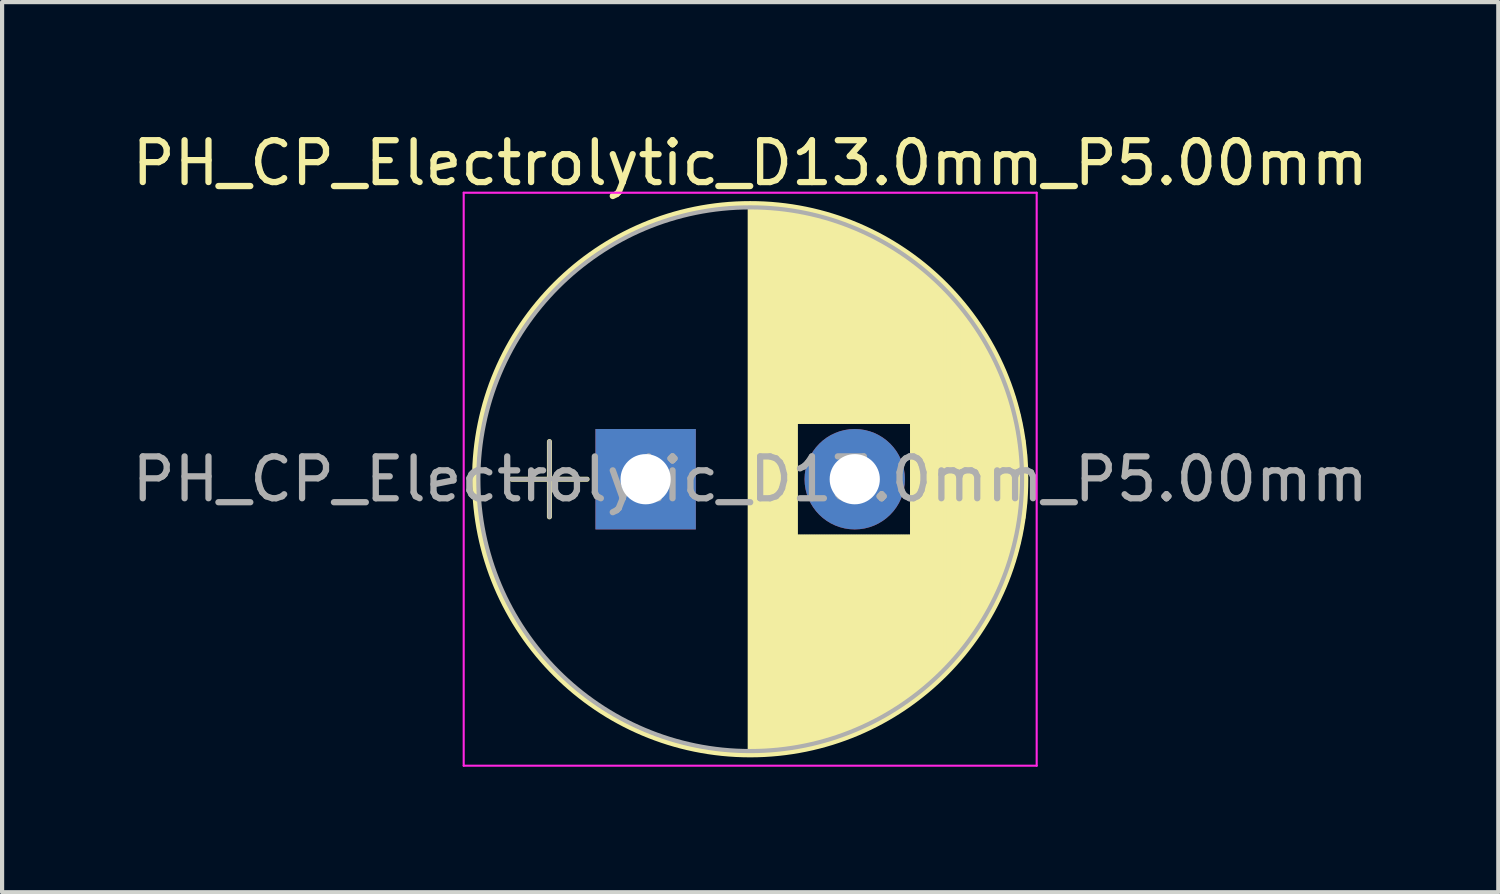
<source format=kicad_pcb>
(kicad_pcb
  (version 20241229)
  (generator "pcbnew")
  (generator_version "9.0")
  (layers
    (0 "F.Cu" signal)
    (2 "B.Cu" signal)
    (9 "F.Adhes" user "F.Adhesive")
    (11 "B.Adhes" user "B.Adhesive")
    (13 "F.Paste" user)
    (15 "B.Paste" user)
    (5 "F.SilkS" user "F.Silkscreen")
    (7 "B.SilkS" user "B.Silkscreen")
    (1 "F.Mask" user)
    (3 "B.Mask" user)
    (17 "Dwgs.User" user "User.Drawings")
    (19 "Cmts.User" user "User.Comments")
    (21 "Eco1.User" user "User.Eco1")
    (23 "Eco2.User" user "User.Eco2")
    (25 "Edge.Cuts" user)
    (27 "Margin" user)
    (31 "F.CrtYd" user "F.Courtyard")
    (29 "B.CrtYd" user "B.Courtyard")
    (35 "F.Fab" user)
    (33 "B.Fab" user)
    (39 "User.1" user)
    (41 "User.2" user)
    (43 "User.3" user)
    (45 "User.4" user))
  (footprint "PH_CP_Electrolytic_D13.0mm_P5.00mm"
    (layer "F.Cu")
    (at 12.387 8.408)
    (property "Reference" "PH_CP_Electrolytic_D13.0mm_P5.00mm" (at 2.5 -7.56 0) (layer "F.SilkS") (effects (font (size 1 1) (thickness 0.15))))
    (attr through_hole)
    (fp_line (start -3.2 0) (end -1.4 0) (stroke (width 0.12) (type solid)) (layer "F.SilkS"))
    (fp_line (start -2.3 -0.9) (end -2.3 0.9) (stroke (width 0.12) (type solid)) (layer "F.SilkS"))
    (fp_line (start 2.5 -6.55) (end 2.5 6.55) (stroke (width 0.12) (type solid)) (layer "F.SilkS"))
    (fp_line (start 2.54 -6.55) (end 2.54 6.55) (stroke (width 0.12) (type solid)) (layer "F.SilkS"))
    (fp_line (start 2.58 -6.55) (end 2.58 6.55) (stroke (width 0.12) (type solid)) (layer "F.SilkS"))
    (fp_line (start 2.62 -6.549) (end 2.62 6.549) (stroke (width 0.12) (type solid)) (layer "F.SilkS"))
    (fp_line (start 2.66 -6.549) (end 2.66 6.549) (stroke (width 0.12) (type solid)) (layer "F.SilkS"))
    (fp_line (start 2.7 -6.547) (end 2.7 6.547) (stroke (width 0.12) (type solid)) (layer "F.SilkS"))
    (fp_line (start 2.74 -6.546) (end 2.74 6.546) (stroke (width 0.12) (type solid)) (layer "F.SilkS"))
    (fp_line (start 2.78 -6.545) (end 2.78 6.545) (stroke (width 0.12) (type solid)) (layer "F.SilkS"))
    (fp_line (start 2.82 -6.543) (end 2.82 6.543) (stroke (width 0.12) (type solid)) (layer "F.SilkS"))
    (fp_line (start 2.86 -6.541) (end 2.86 6.541) (stroke (width 0.12) (type solid)) (layer "F.SilkS"))
    (fp_line (start 2.9 -6.538) (end 2.9 6.538) (stroke (width 0.12) (type solid)) (layer "F.SilkS"))
    (fp_line (start 2.94 -6.536) (end 2.94 6.536) (stroke (width 0.12) (type solid)) (layer "F.SilkS"))
    (fp_line (start 2.98 -6.533) (end 2.98 6.533) (stroke (width 0.12) (type solid)) (layer "F.SilkS"))
    (fp_line (start 3.02 -6.53) (end 3.02 6.53) (stroke (width 0.12) (type solid)) (layer "F.SilkS"))
    (fp_line (start 3.06 -6.527) (end 3.06 6.527) (stroke (width 0.12) (type solid)) (layer "F.SilkS"))
    (fp_line (start 3.1 -6.523) (end 3.1 6.523) (stroke (width 0.12) (type solid)) (layer "F.SilkS"))
    (fp_line (start 3.14 -6.519) (end 3.14 6.519) (stroke (width 0.12) (type solid)) (layer "F.SilkS"))
    (fp_line (start 3.18 -6.515) (end 3.18 6.515) (stroke (width 0.12) (type solid)) (layer "F.SilkS"))
    (fp_line (start 3.221 -6.511) (end 3.221 6.511) (stroke (width 0.12) (type solid)) (layer "F.SilkS"))
    (fp_line (start 3.261 -6.507) (end 3.261 6.507) (stroke (width 0.12) (type solid)) (layer "F.SilkS"))
    (fp_line (start 3.301 -6.502) (end 3.301 6.502) (stroke (width 0.12) (type solid)) (layer "F.SilkS"))
    (fp_line (start 3.341 -6.497) (end 3.341 6.497) (stroke (width 0.12) (type solid)) (layer "F.SilkS"))
    (fp_line (start 3.381 -6.491) (end 3.381 6.491) (stroke (width 0.12) (type solid)) (layer "F.SilkS"))
    (fp_line (start 3.421 -6.486) (end 3.421 6.486) (stroke (width 0.12) (type solid)) (layer "F.SilkS"))
    (fp_line (start 3.461 -6.48) (end 3.461 6.48) (stroke (width 0.12) (type solid)) (layer "F.SilkS"))
    (fp_line (start 3.501 -6.474) (end 3.501 6.474) (stroke (width 0.12) (type solid)) (layer "F.SilkS"))
    (fp_line (start 3.541 -6.468) (end 3.541 6.468) (stroke (width 0.12) (type solid)) (layer "F.SilkS"))
    (fp_line (start 3.581 -6.461) (end 3.581 6.461) (stroke (width 0.12) (type solid)) (layer "F.SilkS"))
    (fp_line (start 3.621 -6.455) (end 3.621 -1.38) (stroke (width 0.12) (type solid)) (layer "F.SilkS"))
    (fp_line (start 3.621 1.38) (end 3.621 6.455) (stroke (width 0.12) (type solid)) (layer "F.SilkS"))
    (fp_line (start 3.661 -6.448) (end 3.661 -1.38) (stroke (width 0.12) (type solid)) (layer "F.SilkS"))
    (fp_line (start 3.661 1.38) (end 3.661 6.448) (stroke (width 0.12) (type solid)) (layer "F.SilkS"))
    (fp_line (start 3.701 -6.44) (end 3.701 -1.38) (stroke (width 0.12) (type solid)) (layer "F.SilkS"))
    (fp_line (start 3.701 1.38) (end 3.701 6.44) (stroke (width 0.12) (type solid)) (layer "F.SilkS"))
    (fp_line (start 3.741 -6.433) (end 3.741 -1.38) (stroke (width 0.12) (type solid)) (layer "F.SilkS"))
    (fp_line (start 3.741 1.38) (end 3.741 6.433) (stroke (width 0.12) (type solid)) (layer "F.SilkS"))
    (fp_line (start 3.781 -6.425) (end 3.781 -1.38) (stroke (width 0.12) (type solid)) (layer "F.SilkS"))
    (fp_line (start 3.781 1.38) (end 3.781 6.425) (stroke (width 0.12) (type solid)) (layer "F.SilkS"))
    (fp_line (start 3.821 -6.417) (end 3.821 -1.38) (stroke (width 0.12) (type solid)) (layer "F.SilkS"))
    (fp_line (start 3.821 1.38) (end 3.821 6.417) (stroke (width 0.12) (type solid)) (layer "F.SilkS"))
    (fp_line (start 3.861 -6.409) (end 3.861 -1.38) (stroke (width 0.12) (type solid)) (layer "F.SilkS"))
    (fp_line (start 3.861 1.38) (end 3.861 6.409) (stroke (width 0.12) (type solid)) (layer "F.SilkS"))
    (fp_line (start 3.901 -6.4) (end 3.901 -1.38) (stroke (width 0.12) (type solid)) (layer "F.SilkS"))
    (fp_line (start 3.901 1.38) (end 3.901 6.4) (stroke (width 0.12) (type solid)) (layer "F.SilkS"))
    (fp_line (start 3.941 -6.391) (end 3.941 -1.38) (stroke (width 0.12) (type solid)) (layer "F.SilkS"))
    (fp_line (start 3.941 1.38) (end 3.941 6.391) (stroke (width 0.12) (type solid)) (layer "F.SilkS"))
    (fp_line (start 3.981 -6.382) (end 3.981 -1.38) (stroke (width 0.12) (type solid)) (layer "F.SilkS"))
    (fp_line (start 3.981 1.38) (end 3.981 6.382) (stroke (width 0.12) (type solid)) (layer "F.SilkS"))
    (fp_line (start 4.021 -6.373) (end 4.021 -1.38) (stroke (width 0.12) (type solid)) (layer "F.SilkS"))
    (fp_line (start 4.021 1.38) (end 4.021 6.373) (stroke (width 0.12) (type solid)) (layer "F.SilkS"))
    (fp_line (start 4.061 -6.363) (end 4.061 -1.38) (stroke (width 0.12) (type solid)) (layer "F.SilkS"))
    (fp_line (start 4.061 1.38) (end 4.061 6.363) (stroke (width 0.12) (type solid)) (layer "F.SilkS"))
    (fp_line (start 4.101 -6.353) (end 4.101 -1.38) (stroke (width 0.12) (type solid)) (layer "F.SilkS"))
    (fp_line (start 4.101 1.38) (end 4.101 6.353) (stroke (width 0.12) (type solid)) (layer "F.SilkS"))
    (fp_line (start 4.141 -6.343) (end 4.141 -1.38) (stroke (width 0.12) (type solid)) (layer "F.SilkS"))
    (fp_line (start 4.141 1.38) (end 4.141 6.343) (stroke (width 0.12) (type solid)) (layer "F.SilkS"))
    (fp_line (start 4.181 -6.333) (end 4.181 -1.38) (stroke (width 0.12) (type solid)) (layer "F.SilkS"))
    (fp_line (start 4.181 1.38) (end 4.181 6.333) (stroke (width 0.12) (type solid)) (layer "F.SilkS"))
    (fp_line (start 4.221 -6.322) (end 4.221 -1.38) (stroke (width 0.12) (type solid)) (layer "F.SilkS"))
    (fp_line (start 4.221 1.38) (end 4.221 6.322) (stroke (width 0.12) (type solid)) (layer "F.SilkS"))
    (fp_line (start 4.261 -6.311) (end 4.261 -1.38) (stroke (width 0.12) (type solid)) (layer "F.SilkS"))
    (fp_line (start 4.261 1.38) (end 4.261 6.311) (stroke (width 0.12) (type solid)) (layer "F.SilkS"))
    (fp_line (start 4.301 -6.3) (end 4.301 -1.38) (stroke (width 0.12) (type solid)) (layer "F.SilkS"))
    (fp_line (start 4.301 1.38) (end 4.301 6.3) (stroke (width 0.12) (type solid)) (layer "F.SilkS"))
    (fp_line (start 4.341 -6.288) (end 4.341 -1.38) (stroke (width 0.12) (type solid)) (layer "F.SilkS"))
    (fp_line (start 4.341 1.38) (end 4.341 6.288) (stroke (width 0.12) (type solid)) (layer "F.SilkS"))
    (fp_line (start 4.381 -6.277) (end 4.381 -1.38) (stroke (width 0.12) (type solid)) (layer "F.SilkS"))
    (fp_line (start 4.381 1.38) (end 4.381 6.277) (stroke (width 0.12) (type solid)) (layer "F.SilkS"))
    (fp_line (start 4.421 -6.265) (end 4.421 -1.38) (stroke (width 0.12) (type solid)) (layer "F.SilkS"))
    (fp_line (start 4.421 1.38) (end 4.421 6.265) (stroke (width 0.12) (type solid)) (layer "F.SilkS"))
    (fp_line (start 4.461 -6.252) (end 4.461 -1.38) (stroke (width 0.12) (type solid)) (layer "F.SilkS"))
    (fp_line (start 4.461 1.38) (end 4.461 6.252) (stroke (width 0.12) (type solid)) (layer "F.SilkS"))
    (fp_line (start 4.501 -6.24) (end 4.501 -1.38) (stroke (width 0.12) (type solid)) (layer "F.SilkS"))
    (fp_line (start 4.501 1.38) (end 4.501 6.24) (stroke (width 0.12) (type solid)) (layer "F.SilkS"))
    (fp_line (start 4.541 -6.227) (end 4.541 -1.38) (stroke (width 0.12) (type solid)) (layer "F.SilkS"))
    (fp_line (start 4.541 1.38) (end 4.541 6.227) (stroke (width 0.12) (type solid)) (layer "F.SilkS"))
    (fp_line (start 4.581 -6.214) (end 4.581 -1.38) (stroke (width 0.12) (type solid)) (layer "F.SilkS"))
    (fp_line (start 4.581 1.38) (end 4.581 6.214) (stroke (width 0.12) (type solid)) (layer "F.SilkS"))
    (fp_line (start 4.621 -6.2) (end 4.621 -1.38) (stroke (width 0.12) (type solid)) (layer "F.SilkS"))
    (fp_line (start 4.621 1.38) (end 4.621 6.2) (stroke (width 0.12) (type solid)) (layer "F.SilkS"))
    (fp_line (start 4.661 -6.186) (end 4.661 -1.38) (stroke (width 0.12) (type solid)) (layer "F.SilkS"))
    (fp_line (start 4.661 1.38) (end 4.661 6.186) (stroke (width 0.12) (type solid)) (layer "F.SilkS"))
    (fp_line (start 4.701 -6.172) (end 4.701 -1.38) (stroke (width 0.12) (type solid)) (layer "F.SilkS"))
    (fp_line (start 4.701 1.38) (end 4.701 6.172) (stroke (width 0.12) (type solid)) (layer "F.SilkS"))
    (fp_line (start 4.741 -6.158) (end 4.741 -1.38) (stroke (width 0.12) (type solid)) (layer "F.SilkS"))
    (fp_line (start 4.741 1.38) (end 4.741 6.158) (stroke (width 0.12) (type solid)) (layer "F.SilkS"))
    (fp_line (start 4.781 -6.144) (end 4.781 -1.38) (stroke (width 0.12) (type solid)) (layer "F.SilkS"))
    (fp_line (start 4.781 1.38) (end 4.781 6.144) (stroke (width 0.12) (type solid)) (layer "F.SilkS"))
    (fp_line (start 4.821 -6.129) (end 4.821 -1.38) (stroke (width 0.12) (type solid)) (layer "F.SilkS"))
    (fp_line (start 4.821 1.38) (end 4.821 6.129) (stroke (width 0.12) (type solid)) (layer "F.SilkS"))
    (fp_line (start 4.861 -6.113) (end 4.861 -1.38) (stroke (width 0.12) (type solid)) (layer "F.SilkS"))
    (fp_line (start 4.861 1.38) (end 4.861 6.113) (stroke (width 0.12) (type solid)) (layer "F.SilkS"))
    (fp_line (start 4.901 -6.098) (end 4.901 -1.38) (stroke (width 0.12) (type solid)) (layer "F.SilkS"))
    (fp_line (start 4.901 1.38) (end 4.901 6.098) (stroke (width 0.12) (type solid)) (layer "F.SilkS"))
    (fp_line (start 4.941 -6.082) (end 4.941 -1.38) (stroke (width 0.12) (type solid)) (layer "F.SilkS"))
    (fp_line (start 4.941 1.38) (end 4.941 6.082) (stroke (width 0.12) (type solid)) (layer "F.SilkS"))
    (fp_line (start 4.981 -6.066) (end 4.981 -1.38) (stroke (width 0.12) (type solid)) (layer "F.SilkS"))
    (fp_line (start 4.981 1.38) (end 4.981 6.066) (stroke (width 0.12) (type solid)) (layer "F.SilkS"))
    (fp_line (start 5.021 -6.05) (end 5.021 -1.38) (stroke (width 0.12) (type solid)) (layer "F.SilkS"))
    (fp_line (start 5.021 1.38) (end 5.021 6.05) (stroke (width 0.12) (type solid)) (layer "F.SilkS"))
    (fp_line (start 5.061 -6.033) (end 5.061 -1.38) (stroke (width 0.12) (type solid)) (layer "F.SilkS"))
    (fp_line (start 5.061 1.38) (end 5.061 6.033) (stroke (width 0.12) (type solid)) (layer "F.SilkS"))
    (fp_line (start 5.101 -6.016) (end 5.101 -1.38) (stroke (width 0.12) (type solid)) (layer "F.SilkS"))
    (fp_line (start 5.101 1.38) (end 5.101 6.016) (stroke (width 0.12) (type solid)) (layer "F.SilkS"))
    (fp_line (start 5.141 -5.999) (end 5.141 -1.38) (stroke (width 0.12) (type solid)) (layer "F.SilkS"))
    (fp_line (start 5.141 1.38) (end 5.141 5.999) (stroke (width 0.12) (type solid)) (layer "F.SilkS"))
    (fp_line (start 5.181 -5.981) (end 5.181 -1.38) (stroke (width 0.12) (type solid)) (layer "F.SilkS"))
    (fp_line (start 5.181 1.38) (end 5.181 5.981) (stroke (width 0.12) (type solid)) (layer "F.SilkS"))
    (fp_line (start 5.221 -5.963) (end 5.221 -1.38) (stroke (width 0.12) (type solid)) (layer "F.SilkS"))
    (fp_line (start 5.221 1.38) (end 5.221 5.963) (stroke (width 0.12) (type solid)) (layer "F.SilkS"))
    (fp_line (start 5.261 -5.945) (end 5.261 -1.38) (stroke (width 0.12) (type solid)) (layer "F.SilkS"))
    (fp_line (start 5.261 1.38) (end 5.261 5.945) (stroke (width 0.12) (type solid)) (layer "F.SilkS"))
    (fp_line (start 5.301 -5.926) (end 5.301 -1.38) (stroke (width 0.12) (type solid)) (layer "F.SilkS"))
    (fp_line (start 5.301 1.38) (end 5.301 5.926) (stroke (width 0.12) (type solid)) (layer "F.SilkS"))
    (fp_line (start 5.341 -5.907) (end 5.341 -1.38) (stroke (width 0.12) (type solid)) (layer "F.SilkS"))
    (fp_line (start 5.341 1.38) (end 5.341 5.907) (stroke (width 0.12) (type solid)) (layer "F.SilkS"))
    (fp_line (start 5.381 -5.888) (end 5.381 -1.38) (stroke (width 0.12) (type solid)) (layer "F.SilkS"))
    (fp_line (start 5.381 1.38) (end 5.381 5.888) (stroke (width 0.12) (type solid)) (layer "F.SilkS"))
    (fp_line (start 5.421 -5.868) (end 5.421 -1.38) (stroke (width 0.12) (type solid)) (layer "F.SilkS"))
    (fp_line (start 5.421 1.38) (end 5.421 5.868) (stroke (width 0.12) (type solid)) (layer "F.SilkS"))
    (fp_line (start 5.461 -5.848) (end 5.461 -1.38) (stroke (width 0.12) (type solid)) (layer "F.SilkS"))
    (fp_line (start 5.461 1.38) (end 5.461 5.848) (stroke (width 0.12) (type solid)) (layer "F.SilkS"))
    (fp_line (start 5.501 -5.828) (end 5.501 -1.38) (stroke (width 0.12) (type solid)) (layer "F.SilkS"))
    (fp_line (start 5.501 1.38) (end 5.501 5.828) (stroke (width 0.12) (type solid)) (layer "F.SilkS"))
    (fp_line (start 5.541 -5.807) (end 5.541 -1.38) (stroke (width 0.12) (type solid)) (layer "F.SilkS"))
    (fp_line (start 5.541 1.38) (end 5.541 5.807) (stroke (width 0.12) (type solid)) (layer "F.SilkS"))
    (fp_line (start 5.581 -5.786) (end 5.581 -1.38) (stroke (width 0.12) (type solid)) (layer "F.SilkS"))
    (fp_line (start 5.581 1.38) (end 5.581 5.786) (stroke (width 0.12) (type solid)) (layer "F.SilkS"))
    (fp_line (start 5.621 -5.765) (end 5.621 -1.38) (stroke (width 0.12) (type solid)) (layer "F.SilkS"))
    (fp_line (start 5.621 1.38) (end 5.621 5.765) (stroke (width 0.12) (type solid)) (layer "F.SilkS"))
    (fp_line (start 5.661 -5.743) (end 5.661 -1.38) (stroke (width 0.12) (type solid)) (layer "F.SilkS"))
    (fp_line (start 5.661 1.38) (end 5.661 5.743) (stroke (width 0.12) (type solid)) (layer "F.SilkS"))
    (fp_line (start 5.701 -5.721) (end 5.701 -1.38) (stroke (width 0.12) (type solid)) (layer "F.SilkS"))
    (fp_line (start 5.701 1.38) (end 5.701 5.721) (stroke (width 0.12) (type solid)) (layer "F.SilkS"))
    (fp_line (start 5.741 -5.699) (end 5.741 -1.38) (stroke (width 0.12) (type solid)) (layer "F.SilkS"))
    (fp_line (start 5.741 1.38) (end 5.741 5.699) (stroke (width 0.12) (type solid)) (layer "F.SilkS"))
    (fp_line (start 5.781 -5.676) (end 5.781 -1.38) (stroke (width 0.12) (type solid)) (layer "F.SilkS"))
    (fp_line (start 5.781 1.38) (end 5.781 5.676) (stroke (width 0.12) (type solid)) (layer "F.SilkS"))
    (fp_line (start 5.821 -5.653) (end 5.821 -1.38) (stroke (width 0.12) (type solid)) (layer "F.SilkS"))
    (fp_line (start 5.821 1.38) (end 5.821 5.653) (stroke (width 0.12) (type solid)) (layer "F.SilkS"))
    (fp_line (start 5.861 -5.63) (end 5.861 -1.38) (stroke (width 0.12) (type solid)) (layer "F.SilkS"))
    (fp_line (start 5.861 1.38) (end 5.861 5.63) (stroke (width 0.12) (type solid)) (layer "F.SilkS"))
    (fp_line (start 5.901 -5.606) (end 5.901 -1.38) (stroke (width 0.12) (type solid)) (layer "F.SilkS"))
    (fp_line (start 5.901 1.38) (end 5.901 5.606) (stroke (width 0.12) (type solid)) (layer "F.SilkS"))
    (fp_line (start 5.941 -5.581) (end 5.941 -1.38) (stroke (width 0.12) (type solid)) (layer "F.SilkS"))
    (fp_line (start 5.941 1.38) (end 5.941 5.581) (stroke (width 0.12) (type solid)) (layer "F.SilkS"))
    (fp_line (start 5.981 -5.557) (end 5.981 -1.38) (stroke (width 0.12) (type solid)) (layer "F.SilkS"))
    (fp_line (start 5.981 1.38) (end 5.981 5.557) (stroke (width 0.12) (type solid)) (layer "F.SilkS"))
    (fp_line (start 6.021 -5.532) (end 6.021 -1.38) (stroke (width 0.12) (type solid)) (layer "F.SilkS"))
    (fp_line (start 6.021 1.38) (end 6.021 5.532) (stroke (width 0.12) (type solid)) (layer "F.SilkS"))
    (fp_line (start 6.061 -5.506) (end 6.061 -1.38) (stroke (width 0.12) (type solid)) (layer "F.SilkS"))
    (fp_line (start 6.061 1.38) (end 6.061 5.506) (stroke (width 0.12) (type solid)) (layer "F.SilkS"))
    (fp_line (start 6.101 -5.48) (end 6.101 -1.38) (stroke (width 0.12) (type solid)) (layer "F.SilkS"))
    (fp_line (start 6.101 1.38) (end 6.101 5.48) (stroke (width 0.12) (type solid)) (layer "F.SilkS"))
    (fp_line (start 6.141 -5.454) (end 6.141 -1.38) (stroke (width 0.12) (type solid)) (layer "F.SilkS"))
    (fp_line (start 6.141 1.38) (end 6.141 5.454) (stroke (width 0.12) (type solid)) (layer "F.SilkS"))
    (fp_line (start 6.181 -5.427) (end 6.181 -1.38) (stroke (width 0.12) (type solid)) (layer "F.SilkS"))
    (fp_line (start 6.181 1.38) (end 6.181 5.427) (stroke (width 0.12) (type solid)) (layer "F.SilkS"))
    (fp_line (start 6.221 -5.4) (end 6.221 -1.38) (stroke (width 0.12) (type solid)) (layer "F.SilkS"))
    (fp_line (start 6.221 1.38) (end 6.221 5.4) (stroke (width 0.12) (type solid)) (layer "F.SilkS"))
    (fp_line (start 6.261 -5.373) (end 6.261 -1.38) (stroke (width 0.12) (type solid)) (layer "F.SilkS"))
    (fp_line (start 6.261 1.38) (end 6.261 5.373) (stroke (width 0.12) (type solid)) (layer "F.SilkS"))
    (fp_line (start 6.301 -5.345) (end 6.301 -1.38) (stroke (width 0.12) (type solid)) (layer "F.SilkS"))
    (fp_line (start 6.301 1.38) (end 6.301 5.345) (stroke (width 0.12) (type solid)) (layer "F.SilkS"))
    (fp_line (start 6.341 -5.316) (end 6.341 -1.38) (stroke (width 0.12) (type solid)) (layer "F.SilkS"))
    (fp_line (start 6.341 1.38) (end 6.341 5.316) (stroke (width 0.12) (type solid)) (layer "F.SilkS"))
    (fp_line (start 6.381 -5.287) (end 6.381 5.287) (stroke (width 0.12) (type solid)) (layer "F.SilkS"))
    (fp_line (start 6.421 -5.258) (end 6.421 5.258) (stroke (width 0.12) (type solid)) (layer "F.SilkS"))
    (fp_line (start 6.461 -5.228) (end 6.461 5.228) (stroke (width 0.12) (type solid)) (layer "F.SilkS"))
    (fp_line (start 6.501 -5.198) (end 6.501 5.198) (stroke (width 0.12) (type solid)) (layer "F.SilkS"))
    (fp_line (start 6.541 -5.167) (end 6.541 5.167) (stroke (width 0.12) (type solid)) (layer "F.SilkS"))
    (fp_line (start 6.581 -5.136) (end 6.581 5.136) (stroke (width 0.12) (type solid)) (layer "F.SilkS"))
    (fp_line (start 6.621 -5.104) (end 6.621 5.104) (stroke (width 0.12) (type solid)) (layer "F.SilkS"))
    (fp_line (start 6.661 -5.072) (end 6.661 5.072) (stroke (width 0.12) (type solid)) (layer "F.SilkS"))
    (fp_line (start 6.701 -5.039) (end 6.701 5.039) (stroke (width 0.12) (type solid)) (layer "F.SilkS"))
    (fp_line (start 6.741 -5.005) (end 6.741 5.005) (stroke (width 0.12) (type solid)) (layer "F.SilkS"))
    (fp_line (start 6.781 -4.971) (end 6.781 4.971) (stroke (width 0.12) (type solid)) (layer "F.SilkS"))
    (fp_line (start 6.821 -4.937) (end 6.821 4.937) (stroke (width 0.12) (type solid)) (layer "F.SilkS"))
    (fp_line (start 6.861 -4.902) (end 6.861 4.902) (stroke (width 0.12) (type solid)) (layer "F.SilkS"))
    (fp_line (start 6.901 -4.866) (end 6.901 4.866) (stroke (width 0.12) (type solid)) (layer "F.SilkS"))
    (fp_line (start 6.941 -4.83) (end 6.941 4.83) (stroke (width 0.12) (type solid)) (layer "F.SilkS"))
    (fp_line (start 6.981 -4.793) (end 6.981 4.793) (stroke (width 0.12) (type solid)) (layer "F.SilkS"))
    (fp_line (start 7.021 -4.756) (end 7.021 4.756) (stroke (width 0.12) (type solid)) (layer "F.SilkS"))
    (fp_line (start 7.061 -4.718) (end 7.061 4.718) (stroke (width 0.12) (type solid)) (layer "F.SilkS"))
    (fp_line (start 7.101 -4.679) (end 7.101 4.679) (stroke (width 0.12) (type solid)) (layer "F.SilkS"))
    (fp_line (start 7.141 -4.64) (end 7.141 4.64) (stroke (width 0.12) (type solid)) (layer "F.SilkS"))
    (fp_line (start 7.181 -4.6) (end 7.181 4.6) (stroke (width 0.12) (type solid)) (layer "F.SilkS"))
    (fp_line (start 7.221 -4.559) (end 7.221 4.559) (stroke (width 0.12) (type solid)) (layer "F.SilkS"))
    (fp_line (start 7.261 -4.518) (end 7.261 4.518) (stroke (width 0.12) (type solid)) (layer "F.SilkS"))
    (fp_line (start 7.301 -4.476) (end 7.301 4.476) (stroke (width 0.12) (type solid)) (layer "F.SilkS"))
    (fp_line (start 7.341 -4.433) (end 7.341 4.433) (stroke (width 0.12) (type solid)) (layer "F.SilkS"))
    (fp_line (start 7.381 -4.389) (end 7.381 4.389) (stroke (width 0.12) (type solid)) (layer "F.SilkS"))
    (fp_line (start 7.421 -4.345) (end 7.421 4.345) (stroke (width 0.12) (type solid)) (layer "F.SilkS"))
    (fp_line (start 7.461 -4.299) (end 7.461 4.299) (stroke (width 0.12) (type solid)) (layer "F.SilkS"))
    (fp_line (start 7.501 -4.253) (end 7.501 4.253) (stroke (width 0.12) (type solid)) (layer "F.SilkS"))
    (fp_line (start 7.541 -4.206) (end 7.541 4.206) (stroke (width 0.12) (type solid)) (layer "F.SilkS"))
    (fp_line (start 7.581 -4.158) (end 7.581 4.158) (stroke (width 0.12) (type solid)) (layer "F.SilkS"))
    (fp_line (start 7.621 -4.109) (end 7.621 4.109) (stroke (width 0.12) (type solid)) (layer "F.SilkS"))
    (fp_line (start 7.661 -4.06) (end 7.661 4.06) (stroke (width 0.12) (type solid)) (layer "F.SilkS"))
    (fp_line (start 7.701 -4.009) (end 7.701 4.009) (stroke (width 0.12) (type solid)) (layer "F.SilkS"))
    (fp_line (start 7.741 -3.957) (end 7.741 3.957) (stroke (width 0.12) (type solid)) (layer "F.SilkS"))
    (fp_line (start 7.781 -3.904) (end 7.781 3.904) (stroke (width 0.12) (type solid)) (layer "F.SilkS"))
    (fp_line (start 7.821 -3.85) (end 7.821 3.85) (stroke (width 0.12) (type solid)) (layer "F.SilkS"))
    (fp_line (start 7.861 -3.794) (end 7.861 3.794) (stroke (width 0.12) (type solid)) (layer "F.SilkS"))
    (fp_line (start 7.901 -3.738) (end 7.901 3.738) (stroke (width 0.12) (type solid)) (layer "F.SilkS"))
    (fp_line (start 7.941 -3.68) (end 7.941 3.68) (stroke (width 0.12) (type solid)) (layer "F.SilkS"))
    (fp_line (start 7.981 -3.621) (end 7.981 3.621) (stroke (width 0.12) (type solid)) (layer "F.SilkS"))
    (fp_line (start 8.021 -3.56) (end 8.021 3.56) (stroke (width 0.12) (type solid)) (layer "F.SilkS"))
    (fp_line (start 8.061 -3.498) (end 8.061 3.498) (stroke (width 0.12) (type solid)) (layer "F.SilkS"))
    (fp_line (start 8.101 -3.434) (end 8.101 3.434) (stroke (width 0.12) (type solid)) (layer "F.SilkS"))
    (fp_line (start 8.141 -3.369) (end 8.141 3.369) (stroke (width 0.12) (type solid)) (layer "F.SilkS"))
    (fp_line (start 8.181 -3.302) (end 8.181 3.302) (stroke (width 0.12) (type solid)) (layer "F.SilkS"))
    (fp_line (start 8.221 -3.233) (end 8.221 3.233) (stroke (width 0.12) (type solid)) (layer "F.SilkS"))
    (fp_line (start 8.261 -3.162) (end 8.261 3.162) (stroke (width 0.12) (type solid)) (layer "F.SilkS"))
    (fp_line (start 8.301 -3.089) (end 8.301 3.089) (stroke (width 0.12) (type solid)) (layer "F.SilkS"))
    (fp_line (start 8.341 -3.014) (end 8.341 3.014) (stroke (width 0.12) (type solid)) (layer "F.SilkS"))
    (fp_line (start 8.381 -2.936) (end 8.381 2.936) (stroke (width 0.12) (type solid)) (layer "F.SilkS"))
    (fp_line (start 8.421 -2.856) (end 8.421 2.856) (stroke (width 0.12) (type solid)) (layer "F.SilkS"))
    (fp_line (start 8.461 -2.772) (end 8.461 2.772) (stroke (width 0.12) (type solid)) (layer "F.SilkS"))
    (fp_line (start 8.501 -2.686) (end 8.501 2.686) (stroke (width 0.12) (type solid)) (layer "F.SilkS"))
    (fp_line (start 8.541 -2.596) (end 8.541 2.596) (stroke (width 0.12) (type solid)) (layer "F.SilkS"))
    (fp_line (start 8.581 -2.502) (end 8.581 2.502) (stroke (width 0.12) (type solid)) (layer "F.SilkS"))
    (fp_line (start 8.621 -2.405) (end 8.621 2.405) (stroke (width 0.12) (type solid)) (layer "F.SilkS"))
    (fp_line (start 8.661 -2.302) (end 8.661 2.302) (stroke (width 0.12) (type solid)) (layer "F.SilkS"))
    (fp_line (start 8.701 -2.194) (end 8.701 2.194) (stroke (width 0.12) (type solid)) (layer "F.SilkS"))
    (fp_line (start 8.741 -2.08) (end 8.741 2.08) (stroke (width 0.12) (type solid)) (layer "F.SilkS"))
    (fp_line (start 8.781 -1.958) (end 8.781 1.958) (stroke (width 0.12) (type solid)) (layer "F.SilkS"))
    (fp_line (start 8.821 -1.828) (end 8.821 1.828) (stroke (width 0.12) (type solid)) (layer "F.SilkS"))
    (fp_line (start 8.861 -1.686) (end 8.861 1.686) (stroke (width 0.12) (type solid)) (layer "F.SilkS"))
    (fp_line (start 8.901 -1.532) (end 8.901 1.532) (stroke (width 0.12) (type solid)) (layer "F.SilkS"))
    (fp_line (start 8.941 -1.359) (end 8.941 1.359) (stroke (width 0.12) (type solid)) (layer "F.SilkS"))
    (fp_line (start 8.981 -1.16) (end 8.981 1.16) (stroke (width 0.12) (type solid)) (layer "F.SilkS"))
    (fp_line (start 9.021 -0.918) (end 9.021 0.918) (stroke (width 0.12) (type solid)) (layer "F.SilkS"))
    (fp_line (start 9.061 -0.589) (end 9.061 0.589) (stroke (width 0.12) (type solid)) (layer "F.SilkS"))
    (fp_circle (center 2.5 0) (end 9.09 0) (stroke (width 0.12) (type solid)) (fill no) (layer "F.SilkS"))
    (fp_line (start -4.35 -6.85) (end -4.35 6.85) (stroke (width 0.05) (type solid)) (layer "F.CrtYd"))
    (fp_line (start -4.35 6.85) (end 9.35 6.85) (stroke (width 0.05) (type solid)) (layer "F.CrtYd"))
    (fp_line (start 9.35 -6.85) (end -4.35 -6.85) (stroke (width 0.05) (type solid)) (layer "F.CrtYd"))
    (fp_line (start 9.35 6.85) (end 9.35 -6.85) (stroke (width 0.05) (type solid)) (layer "F.CrtYd"))
    (fp_line (start -3.2 0) (end -1.4 0) (stroke (width 0.1) (type solid)) (layer "F.Fab"))
    (fp_line (start -2.3 -0.9) (end -2.3 0.9) (stroke (width 0.1) (type solid)) (layer "F.Fab"))
    (fp_circle (center 2.5 0) (end 9 0) (stroke (width 0.1) (type solid)) (fill no) (layer "F.Fab"))
    (fp_text user "${REFERENCE}" (at 2.5 0 0) (layer "F.Fab") (effects (font (size 1 1) (thickness 0.15))))
    (pad "1" thru_hole rect (at 0 0) (size 2.4 2.4) (drill 1.2) (layers "*.Cu" "*.Mask"))
    (pad "2" thru_hole circle (at 5 0) (size 2.4 2.4) (drill 1.2) (layers "*.Cu" "*.Mask")))
  (gr_rect
    (start -3 -3)
    (end 32.774 18.283)
    (stroke (width 0.1) (type default))
    (fill no)
    (layer "Edge.Cuts")))
</source>
